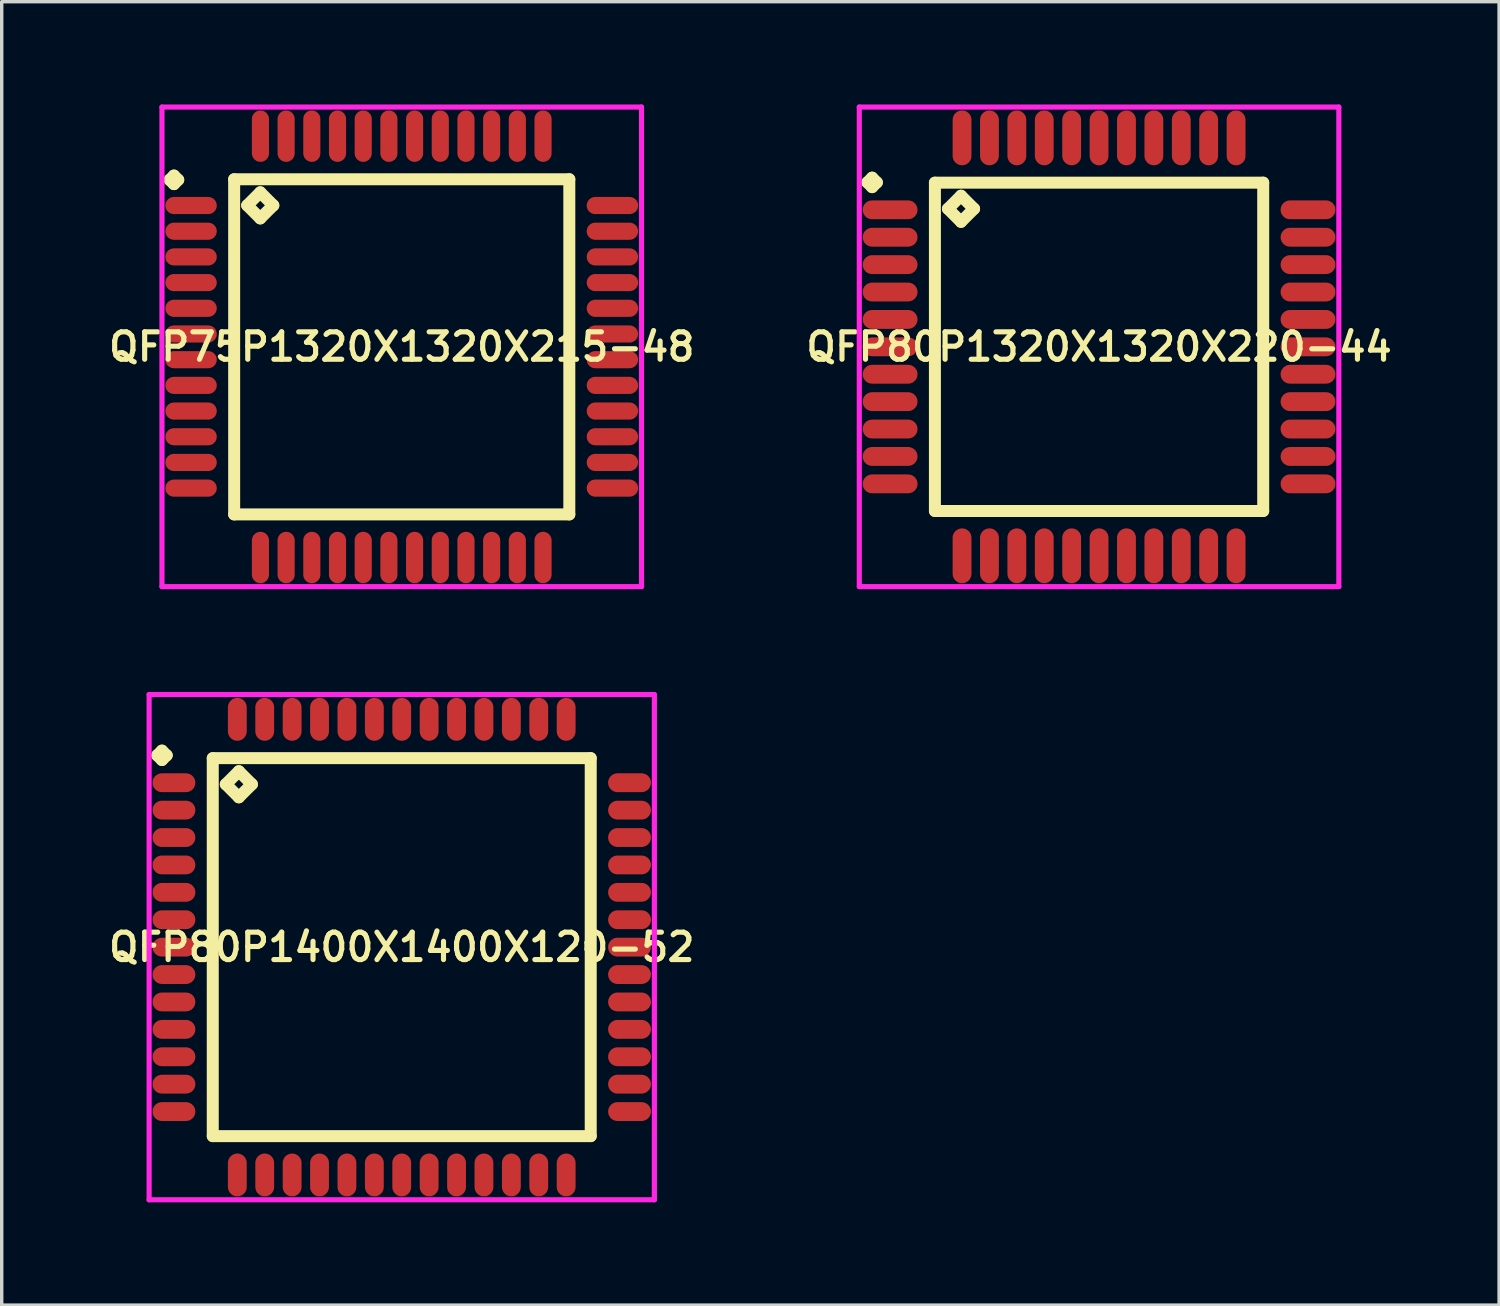
<source format=kicad_pcb>
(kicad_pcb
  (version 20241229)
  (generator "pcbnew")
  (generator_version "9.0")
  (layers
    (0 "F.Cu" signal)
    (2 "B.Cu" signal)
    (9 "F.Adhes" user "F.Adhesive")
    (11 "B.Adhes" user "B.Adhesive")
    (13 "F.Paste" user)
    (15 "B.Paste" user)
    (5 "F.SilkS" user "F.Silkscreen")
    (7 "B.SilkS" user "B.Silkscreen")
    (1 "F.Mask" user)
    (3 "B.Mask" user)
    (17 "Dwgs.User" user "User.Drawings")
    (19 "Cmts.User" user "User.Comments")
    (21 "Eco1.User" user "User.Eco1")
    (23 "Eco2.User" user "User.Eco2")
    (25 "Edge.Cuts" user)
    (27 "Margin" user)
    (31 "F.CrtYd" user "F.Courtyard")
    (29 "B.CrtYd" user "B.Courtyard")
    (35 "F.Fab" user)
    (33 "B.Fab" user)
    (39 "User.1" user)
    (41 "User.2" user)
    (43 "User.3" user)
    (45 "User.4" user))
  (footprint "QFP80P1400X1400X120-52"
    (layer "F.Cu")
    (at 8.678 24.6)
    (property "Reference" "QFP80P1400X1400X120-52" (at 0 0 0) (layer "F.SilkS") (effects (font (size 0.8 0.8) (thickness 0.15))))
    (attr smd)
    (fp_line (start -7.138 -5.6) (end -7 -5.737) (stroke (width 0.35) (type solid)) (layer "F.SilkS"))
    (fp_line (start -7 -5.737) (end -6.862 -5.6) (stroke (width 0.35) (type solid)) (layer "F.SilkS"))
    (fp_line (start -7 -5.463) (end -7.138 -5.6) (stroke (width 0.35) (type solid)) (layer "F.SilkS"))
    (fp_line (start -6.862 -5.6) (end -7 -5.463) (stroke (width 0.35) (type solid)) (layer "F.SilkS"))
    (fp_line (start -5.517 -5.517) (end -5.517 5.517) (stroke (width 0.35) (type solid)) (layer "F.SilkS"))
    (fp_line (start -5.517 5.517) (end 5.517 5.517) (stroke (width 0.35) (type solid)) (layer "F.SilkS"))
    (fp_line (start -5.136 -4.755) (end -4.755 -5.136) (stroke (width 0.35) (type solid)) (layer "F.SilkS"))
    (fp_line (start -4.755 -5.136) (end -4.374 -4.755) (stroke (width 0.35) (type solid)) (layer "F.SilkS"))
    (fp_line (start -4.755 -4.374) (end -5.136 -4.755) (stroke (width 0.35) (type solid)) (layer "F.SilkS"))
    (fp_line (start -4.374 -4.755) (end -4.755 -4.374) (stroke (width 0.35) (type solid)) (layer "F.SilkS"))
    (fp_line (start 5.517 -5.517) (end -5.517 -5.517) (stroke (width 0.35) (type solid)) (layer "F.SilkS"))
    (fp_line (start 5.517 5.517) (end 5.517 -5.517) (stroke (width 0.35) (type solid)) (layer "F.SilkS"))
    (fp_line (start -7.375 -7.375) (end 7.375 -7.375) (stroke (width 0.15) (type solid)) (layer "F.CrtYd"))
    (fp_line (start -7.375 7.375) (end -7.375 -7.375) (stroke (width 0.15) (type solid)) (layer "F.CrtYd"))
    (fp_line (start 7.375 -7.375) (end 7.375 7.375) (stroke (width 0.15) (type solid)) (layer "F.CrtYd"))
    (fp_line (start 7.375 7.375) (end -7.375 7.375) (stroke (width 0.15) (type solid)) (layer "F.CrtYd"))
    (pad "1" smd oval (at -6.65 -4.8) (size 1.25 0.55) (layers "F.Cu" "F.Mask" "F.Paste"))
    (pad "2" smd oval (at -6.65 -4) (size 1.25 0.55) (layers "F.Cu" "F.Mask" "F.Paste"))
    (pad "3" smd oval (at -6.65 -3.2) (size 1.25 0.55) (layers "F.Cu" "F.Mask" "F.Paste"))
    (pad "4" smd oval (at -6.65 -2.4) (size 1.25 0.55) (layers "F.Cu" "F.Mask" "F.Paste"))
    (pad "5" smd oval (at -6.65 -1.6) (size 1.25 0.55) (layers "F.Cu" "F.Mask" "F.Paste"))
    (pad "6" smd oval (at -6.65 -0.8) (size 1.25 0.55) (layers "F.Cu" "F.Mask" "F.Paste"))
    (pad "7" smd oval (at -6.65 0) (size 1.25 0.55) (layers "F.Cu" "F.Mask" "F.Paste"))
    (pad "8" smd oval (at -6.65 0.8) (size 1.25 0.55) (layers "F.Cu" "F.Mask" "F.Paste"))
    (pad "9" smd oval (at -6.65 1.6) (size 1.25 0.55) (layers "F.Cu" "F.Mask" "F.Paste"))
    (pad "10" smd oval (at -6.65 2.4) (size 1.25 0.55) (layers "F.Cu" "F.Mask" "F.Paste"))
    (pad "11" smd oval (at -6.65 3.2) (size 1.25 0.55) (layers "F.Cu" "F.Mask" "F.Paste"))
    (pad "12" smd oval (at -6.65 4) (size 1.25 0.55) (layers "F.Cu" "F.Mask" "F.Paste"))
    (pad "13" smd oval (at -6.65 4.8) (size 1.25 0.55) (layers "F.Cu" "F.Mask" "F.Paste"))
    (pad "14" smd oval (at -4.8 6.65) (size 0.55 1.25) (layers "F.Cu" "F.Mask" "F.Paste"))
    (pad "15" smd oval (at -4 6.65) (size 0.55 1.25) (layers "F.Cu" "F.Mask" "F.Paste"))
    (pad "16" smd oval (at -3.2 6.65) (size 0.55 1.25) (layers "F.Cu" "F.Mask" "F.Paste"))
    (pad "17" smd oval (at -2.4 6.65) (size 0.55 1.25) (layers "F.Cu" "F.Mask" "F.Paste"))
    (pad "18" smd oval (at -1.6 6.65) (size 0.55 1.25) (layers "F.Cu" "F.Mask" "F.Paste"))
    (pad "19" smd oval (at -0.8 6.65) (size 0.55 1.25) (layers "F.Cu" "F.Mask" "F.Paste"))
    (pad "20" smd oval (at 0 6.65) (size 0.55 1.25) (layers "F.Cu" "F.Mask" "F.Paste"))
    (pad "21" smd oval (at 0.8 6.65) (size 0.55 1.25) (layers "F.Cu" "F.Mask" "F.Paste"))
    (pad "22" smd oval (at 1.6 6.65) (size 0.55 1.25) (layers "F.Cu" "F.Mask" "F.Paste"))
    (pad "23" smd oval (at 2.4 6.65) (size 0.55 1.25) (layers "F.Cu" "F.Mask" "F.Paste"))
    (pad "24" smd oval (at 3.2 6.65) (size 0.55 1.25) (layers "F.Cu" "F.Mask" "F.Paste"))
    (pad "25" smd oval (at 4 6.65) (size 0.55 1.25) (layers "F.Cu" "F.Mask" "F.Paste"))
    (pad "26" smd oval (at 4.8 6.65) (size 0.55 1.25) (layers "F.Cu" "F.Mask" "F.Paste"))
    (pad "27" smd oval (at 6.65 4.8) (size 1.25 0.55) (layers "F.Cu" "F.Mask" "F.Paste"))
    (pad "28" smd oval (at 6.65 4) (size 1.25 0.55) (layers "F.Cu" "F.Mask" "F.Paste"))
    (pad "29" smd oval (at 6.65 3.2) (size 1.25 0.55) (layers "F.Cu" "F.Mask" "F.Paste"))
    (pad "30" smd oval (at 6.65 2.4) (size 1.25 0.55) (layers "F.Cu" "F.Mask" "F.Paste"))
    (pad "31" smd oval (at 6.65 1.6) (size 1.25 0.55) (layers "F.Cu" "F.Mask" "F.Paste"))
    (pad "32" smd oval (at 6.65 0.8) (size 1.25 0.55) (layers "F.Cu" "F.Mask" "F.Paste"))
    (pad "33" smd oval (at 6.65 0) (size 1.25 0.55) (layers "F.Cu" "F.Mask" "F.Paste"))
    (pad "34" smd oval (at 6.65 -0.8) (size 1.25 0.55) (layers "F.Cu" "F.Mask" "F.Paste"))
    (pad "35" smd oval (at 6.65 -1.6) (size 1.25 0.55) (layers "F.Cu" "F.Mask" "F.Paste"))
    (pad "36" smd oval (at 6.65 -2.4) (size 1.25 0.55) (layers "F.Cu" "F.Mask" "F.Paste"))
    (pad "37" smd oval (at 6.65 -3.2) (size 1.25 0.55) (layers "F.Cu" "F.Mask" "F.Paste"))
    (pad "38" smd oval (at 6.65 -4) (size 1.25 0.55) (layers "F.Cu" "F.Mask" "F.Paste"))
    (pad "39" smd oval (at 6.65 -4.8) (size 1.25 0.55) (layers "F.Cu" "F.Mask" "F.Paste"))
    (pad "40" smd oval (at 4.8 -6.65) (size 0.55 1.25) (layers "F.Cu" "F.Mask" "F.Paste"))
    (pad "41" smd oval (at 4 -6.65) (size 0.55 1.25) (layers "F.Cu" "F.Mask" "F.Paste"))
    (pad "42" smd oval (at 3.2 -6.65) (size 0.55 1.25) (layers "F.Cu" "F.Mask" "F.Paste"))
    (pad "43" smd oval (at 2.4 -6.65) (size 0.55 1.25) (layers "F.Cu" "F.Mask" "F.Paste"))
    (pad "44" smd oval (at 1.6 -6.65) (size 0.55 1.25) (layers "F.Cu" "F.Mask" "F.Paste"))
    (pad "45" smd oval (at 0.8 -6.65) (size 0.55 1.25) (layers "F.Cu" "F.Mask" "F.Paste"))
    (pad "46" smd oval (at 0 -6.65) (size 0.55 1.25) (layers "F.Cu" "F.Mask" "F.Paste"))
    (pad "47" smd oval (at -0.8 -6.65) (size 0.55 1.25) (layers "F.Cu" "F.Mask" "F.Paste"))
    (pad "48" smd oval (at -1.6 -6.65) (size 0.55 1.25) (layers "F.Cu" "F.Mask" "F.Paste"))
    (pad "49" smd oval (at -2.4 -6.65) (size 0.55 1.25) (layers "F.Cu" "F.Mask" "F.Paste"))
    (pad "50" smd oval (at -3.2 -6.65) (size 0.55 1.25) (layers "F.Cu" "F.Mask" "F.Paste"))
    (pad "51" smd oval (at -4 -6.65) (size 0.55 1.25) (layers "F.Cu" "F.Mask" "F.Paste"))
    (pad "52" smd oval (at -4.8 -6.65) (size 0.55 1.25) (layers "F.Cu" "F.Mask" "F.Paste")))
  (footprint "QFP80P1320X1320X220-44"
    (layer "F.Cu")
    (at 29.035 7.075)
    (property "Reference" "QFP80P1320X1320X220-44" (at 0 0 0) (layer "F.SilkS") (effects (font (size 0.8 0.8) (thickness 0.15))))
    (attr smd)
    (fp_line (start -6.763 -4.8) (end -6.625 -4.938) (stroke (width 0.35) (type solid)) (layer "F.SilkS"))
    (fp_line (start -6.625 -4.938) (end -6.487 -4.8) (stroke (width 0.35) (type solid)) (layer "F.SilkS"))
    (fp_line (start -6.625 -4.662) (end -6.763 -4.8) (stroke (width 0.35) (type solid)) (layer "F.SilkS"))
    (fp_line (start -6.487 -4.8) (end -6.625 -4.662) (stroke (width 0.35) (type solid)) (layer "F.SilkS"))
    (fp_line (start -4.792 -4.792) (end -4.792 4.792) (stroke (width 0.35) (type solid)) (layer "F.SilkS"))
    (fp_line (start -4.792 4.792) (end 4.792 4.792) (stroke (width 0.35) (type solid)) (layer "F.SilkS"))
    (fp_line (start -4.411 -4.03) (end -4.03 -4.411) (stroke (width 0.35) (type solid)) (layer "F.SilkS"))
    (fp_line (start -4.03 -4.411) (end -3.649 -4.03) (stroke (width 0.35) (type solid)) (layer "F.SilkS"))
    (fp_line (start -4.03 -3.649) (end -4.411 -4.03) (stroke (width 0.35) (type solid)) (layer "F.SilkS"))
    (fp_line (start -3.649 -4.03) (end -4.03 -3.649) (stroke (width 0.35) (type solid)) (layer "F.SilkS"))
    (fp_line (start 4.792 -4.792) (end -4.792 -4.792) (stroke (width 0.35) (type solid)) (layer "F.SilkS"))
    (fp_line (start 4.792 4.792) (end 4.792 -4.792) (stroke (width 0.35) (type solid)) (layer "F.SilkS"))
    (fp_line (start -7 -7) (end 7 -7) (stroke (width 0.15) (type solid)) (layer "F.CrtYd"))
    (fp_line (start -7 7) (end -7 -7) (stroke (width 0.15) (type solid)) (layer "F.CrtYd"))
    (fp_line (start 7 -7) (end 7 7) (stroke (width 0.15) (type solid)) (layer "F.CrtYd"))
    (fp_line (start 7 7) (end -7 7) (stroke (width 0.15) (type solid)) (layer "F.CrtYd"))
    (pad "1" smd oval (at -6.1 -4) (size 1.6 0.55) (layers "F.Cu" "F.Mask" "F.Paste"))
    (pad "2" smd oval (at -6.1 -3.2) (size 1.6 0.55) (layers "F.Cu" "F.Mask" "F.Paste"))
    (pad "3" smd oval (at -6.1 -2.4) (size 1.6 0.55) (layers "F.Cu" "F.Mask" "F.Paste"))
    (pad "4" smd oval (at -6.1 -1.6) (size 1.6 0.55) (layers "F.Cu" "F.Mask" "F.Paste"))
    (pad "5" smd oval (at -6.1 -0.8) (size 1.6 0.55) (layers "F.Cu" "F.Mask" "F.Paste"))
    (pad "6" smd oval (at -6.1 0) (size 1.6 0.55) (layers "F.Cu" "F.Mask" "F.Paste"))
    (pad "7" smd oval (at -6.1 0.8) (size 1.6 0.55) (layers "F.Cu" "F.Mask" "F.Paste"))
    (pad "8" smd oval (at -6.1 1.6) (size 1.6 0.55) (layers "F.Cu" "F.Mask" "F.Paste"))
    (pad "9" smd oval (at -6.1 2.4) (size 1.6 0.55) (layers "F.Cu" "F.Mask" "F.Paste"))
    (pad "10" smd oval (at -6.1 3.2) (size 1.6 0.55) (layers "F.Cu" "F.Mask" "F.Paste"))
    (pad "11" smd oval (at -6.1 4) (size 1.6 0.55) (layers "F.Cu" "F.Mask" "F.Paste"))
    (pad "12" smd oval (at -4 6.1) (size 0.55 1.6) (layers "F.Cu" "F.Mask" "F.Paste"))
    (pad "13" smd oval (at -3.2 6.1) (size 0.55 1.6) (layers "F.Cu" "F.Mask" "F.Paste"))
    (pad "14" smd oval (at -2.4 6.1) (size 0.55 1.6) (layers "F.Cu" "F.Mask" "F.Paste"))
    (pad "15" smd oval (at -1.6 6.1) (size 0.55 1.6) (layers "F.Cu" "F.Mask" "F.Paste"))
    (pad "16" smd oval (at -0.8 6.1) (size 0.55 1.6) (layers "F.Cu" "F.Mask" "F.Paste"))
    (pad "17" smd oval (at 0 6.1) (size 0.55 1.6) (layers "F.Cu" "F.Mask" "F.Paste"))
    (pad "18" smd oval (at 0.8 6.1) (size 0.55 1.6) (layers "F.Cu" "F.Mask" "F.Paste"))
    (pad "19" smd oval (at 1.6 6.1) (size 0.55 1.6) (layers "F.Cu" "F.Mask" "F.Paste"))
    (pad "20" smd oval (at 2.4 6.1) (size 0.55 1.6) (layers "F.Cu" "F.Mask" "F.Paste"))
    (pad "21" smd oval (at 3.2 6.1) (size 0.55 1.6) (layers "F.Cu" "F.Mask" "F.Paste"))
    (pad "22" smd oval (at 4 6.1) (size 0.55 1.6) (layers "F.Cu" "F.Mask" "F.Paste"))
    (pad "23" smd oval (at 6.1 4) (size 1.6 0.55) (layers "F.Cu" "F.Mask" "F.Paste"))
    (pad "24" smd oval (at 6.1 3.2) (size 1.6 0.55) (layers "F.Cu" "F.Mask" "F.Paste"))
    (pad "25" smd oval (at 6.1 2.4) (size 1.6 0.55) (layers "F.Cu" "F.Mask" "F.Paste"))
    (pad "26" smd oval (at 6.1 1.6) (size 1.6 0.55) (layers "F.Cu" "F.Mask" "F.Paste"))
    (pad "27" smd oval (at 6.1 0.8) (size 1.6 0.55) (layers "F.Cu" "F.Mask" "F.Paste"))
    (pad "28" smd oval (at 6.1 0) (size 1.6 0.55) (layers "F.Cu" "F.Mask" "F.Paste"))
    (pad "29" smd oval (at 6.1 -0.8) (size 1.6 0.55) (layers "F.Cu" "F.Mask" "F.Paste"))
    (pad "30" smd oval (at 6.1 -1.6) (size 1.6 0.55) (layers "F.Cu" "F.Mask" "F.Paste"))
    (pad "31" smd oval (at 6.1 -2.4) (size 1.6 0.55) (layers "F.Cu" "F.Mask" "F.Paste"))
    (pad "32" smd oval (at 6.1 -3.2) (size 1.6 0.55) (layers "F.Cu" "F.Mask" "F.Paste"))
    (pad "33" smd oval (at 6.1 -4) (size 1.6 0.55) (layers "F.Cu" "F.Mask" "F.Paste"))
    (pad "34" smd oval (at 4 -6.1) (size 0.55 1.6) (layers "F.Cu" "F.Mask" "F.Paste"))
    (pad "35" smd oval (at 3.2 -6.1) (size 0.55 1.6) (layers "F.Cu" "F.Mask" "F.Paste"))
    (pad "36" smd oval (at 2.4 -6.1) (size 0.55 1.6) (layers "F.Cu" "F.Mask" "F.Paste"))
    (pad "37" smd oval (at 1.6 -6.1) (size 0.55 1.6) (layers "F.Cu" "F.Mask" "F.Paste"))
    (pad "38" smd oval (at 0.8 -6.1) (size 0.55 1.6) (layers "F.Cu" "F.Mask" "F.Paste"))
    (pad "39" smd oval (at 0 -6.1) (size 0.55 1.6) (layers "F.Cu" "F.Mask" "F.Paste"))
    (pad "40" smd oval (at -0.8 -6.1) (size 0.55 1.6) (layers "F.Cu" "F.Mask" "F.Paste"))
    (pad "41" smd oval (at -1.6 -6.1) (size 0.55 1.6) (layers "F.Cu" "F.Mask" "F.Paste"))
    (pad "42" smd oval (at -2.4 -6.1) (size 0.55 1.6) (layers "F.Cu" "F.Mask" "F.Paste"))
    (pad "43" smd oval (at -3.2 -6.1) (size 0.55 1.6) (layers "F.Cu" "F.Mask" "F.Paste"))
    (pad "44" smd oval (at -4 -6.1) (size 0.55 1.6) (layers "F.Cu" "F.Mask" "F.Paste")))
  (footprint "QFP75P1320X1320X215-48"
    (layer "F.Cu")
    (at 8.678 7.075)
    (property "Reference" "QFP75P1320X1320X215-48" (at 0 0 0) (layer "F.SilkS") (effects (font (size 0.8 0.8) (thickness 0.15))))
    (attr smd)
    (fp_line (start -6.775 -4.875) (end -6.65 -5) (stroke (width 0.35) (type solid)) (layer "F.SilkS"))
    (fp_line (start -6.65 -5) (end -6.525 -4.875) (stroke (width 0.35) (type solid)) (layer "F.SilkS"))
    (fp_line (start -6.65 -4.75) (end -6.775 -4.875) (stroke (width 0.35) (type solid)) (layer "F.SilkS"))
    (fp_line (start -6.525 -4.875) (end -6.65 -4.75) (stroke (width 0.35) (type solid)) (layer "F.SilkS"))
    (fp_line (start -4.892 -4.892) (end -4.892 4.892) (stroke (width 0.35) (type solid)) (layer "F.SilkS"))
    (fp_line (start -4.892 4.892) (end 4.892 4.892) (stroke (width 0.35) (type solid)) (layer "F.SilkS"))
    (fp_line (start -4.511 -4.13) (end -4.13 -4.511) (stroke (width 0.35) (type solid)) (layer "F.SilkS"))
    (fp_line (start -4.13 -4.511) (end -3.749 -4.13) (stroke (width 0.35) (type solid)) (layer "F.SilkS"))
    (fp_line (start -4.13 -3.749) (end -4.511 -4.13) (stroke (width 0.35) (type solid)) (layer "F.SilkS"))
    (fp_line (start -3.749 -4.13) (end -4.13 -3.749) (stroke (width 0.35) (type solid)) (layer "F.SilkS"))
    (fp_line (start 4.892 -4.892) (end -4.892 -4.892) (stroke (width 0.35) (type solid)) (layer "F.SilkS"))
    (fp_line (start 4.892 4.892) (end 4.892 -4.892) (stroke (width 0.35) (type solid)) (layer "F.SilkS"))
    (fp_line (start -7 -7) (end 7 -7) (stroke (width 0.15) (type solid)) (layer "F.CrtYd"))
    (fp_line (start -7 7) (end -7 -7) (stroke (width 0.15) (type solid)) (layer "F.CrtYd"))
    (fp_line (start 7 -7) (end 7 7) (stroke (width 0.15) (type solid)) (layer "F.CrtYd"))
    (fp_line (start 7 7) (end -7 7) (stroke (width 0.15) (type solid)) (layer "F.CrtYd"))
    (pad "1" smd oval (at -6.15 -4.125) (size 1.5 0.5) (layers "F.Cu" "F.Mask" "F.Paste"))
    (pad "2" smd oval (at -6.15 -3.375) (size 1.5 0.5) (layers "F.Cu" "F.Mask" "F.Paste"))
    (pad "3" smd oval (at -6.15 -2.625) (size 1.5 0.5) (layers "F.Cu" "F.Mask" "F.Paste"))
    (pad "4" smd oval (at -6.15 -1.875) (size 1.5 0.5) (layers "F.Cu" "F.Mask" "F.Paste"))
    (pad "5" smd oval (at -6.15 -1.125) (size 1.5 0.5) (layers "F.Cu" "F.Mask" "F.Paste"))
    (pad "6" smd oval (at -6.15 -0.375) (size 1.5 0.5) (layers "F.Cu" "F.Mask" "F.Paste"))
    (pad "7" smd oval (at -6.15 0.375) (size 1.5 0.5) (layers "F.Cu" "F.Mask" "F.Paste"))
    (pad "8" smd oval (at -6.15 1.125) (size 1.5 0.5) (layers "F.Cu" "F.Mask" "F.Paste"))
    (pad "9" smd oval (at -6.15 1.875) (size 1.5 0.5) (layers "F.Cu" "F.Mask" "F.Paste"))
    (pad "10" smd oval (at -6.15 2.625) (size 1.5 0.5) (layers "F.Cu" "F.Mask" "F.Paste"))
    (pad "11" smd oval (at -6.15 3.375) (size 1.5 0.5) (layers "F.Cu" "F.Mask" "F.Paste"))
    (pad "12" smd oval (at -6.15 4.125) (size 1.5 0.5) (layers "F.Cu" "F.Mask" "F.Paste"))
    (pad "13" smd oval (at -4.125 6.15) (size 0.5 1.5) (layers "F.Cu" "F.Mask" "F.Paste"))
    (pad "14" smd oval (at -3.375 6.15) (size 0.5 1.5) (layers "F.Cu" "F.Mask" "F.Paste"))
    (pad "15" smd oval (at -2.625 6.15) (size 0.5 1.5) (layers "F.Cu" "F.Mask" "F.Paste"))
    (pad "16" smd oval (at -1.875 6.15) (size 0.5 1.5) (layers "F.Cu" "F.Mask" "F.Paste"))
    (pad "17" smd oval (at -1.125 6.15) (size 0.5 1.5) (layers "F.Cu" "F.Mask" "F.Paste"))
    (pad "18" smd oval (at -0.375 6.15) (size 0.5 1.5) (layers "F.Cu" "F.Mask" "F.Paste"))
    (pad "19" smd oval (at 0.375 6.15) (size 0.5 1.5) (layers "F.Cu" "F.Mask" "F.Paste"))
    (pad "20" smd oval (at 1.125 6.15) (size 0.5 1.5) (layers "F.Cu" "F.Mask" "F.Paste"))
    (pad "21" smd oval (at 1.875 6.15) (size 0.5 1.5) (layers "F.Cu" "F.Mask" "F.Paste"))
    (pad "22" smd oval (at 2.625 6.15) (size 0.5 1.5) (layers "F.Cu" "F.Mask" "F.Paste"))
    (pad "23" smd oval (at 3.375 6.15) (size 0.5 1.5) (layers "F.Cu" "F.Mask" "F.Paste"))
    (pad "24" smd oval (at 4.125 6.15) (size 0.5 1.5) (layers "F.Cu" "F.Mask" "F.Paste"))
    (pad "25" smd oval (at 6.15 4.125) (size 1.5 0.5) (layers "F.Cu" "F.Mask" "F.Paste"))
    (pad "26" smd oval (at 6.15 3.375) (size 1.5 0.5) (layers "F.Cu" "F.Mask" "F.Paste"))
    (pad "27" smd oval (at 6.15 2.625) (size 1.5 0.5) (layers "F.Cu" "F.Mask" "F.Paste"))
    (pad "28" smd oval (at 6.15 1.875) (size 1.5 0.5) (layers "F.Cu" "F.Mask" "F.Paste"))
    (pad "29" smd oval (at 6.15 1.125) (size 1.5 0.5) (layers "F.Cu" "F.Mask" "F.Paste"))
    (pad "30" smd oval (at 6.15 0.375) (size 1.5 0.5) (layers "F.Cu" "F.Mask" "F.Paste"))
    (pad "31" smd oval (at 6.15 -0.375) (size 1.5 0.5) (layers "F.Cu" "F.Mask" "F.Paste"))
    (pad "32" smd oval (at 6.15 -1.125) (size 1.5 0.5) (layers "F.Cu" "F.Mask" "F.Paste"))
    (pad "33" smd oval (at 6.15 -1.875) (size 1.5 0.5) (layers "F.Cu" "F.Mask" "F.Paste"))
    (pad "34" smd oval (at 6.15 -2.625) (size 1.5 0.5) (layers "F.Cu" "F.Mask" "F.Paste"))
    (pad "35" smd oval (at 6.15 -3.375) (size 1.5 0.5) (layers "F.Cu" "F.Mask" "F.Paste"))
    (pad "36" smd oval (at 6.15 -4.125) (size 1.5 0.5) (layers "F.Cu" "F.Mask" "F.Paste"))
    (pad "37" smd oval (at 4.125 -6.15) (size 0.5 1.5) (layers "F.Cu" "F.Mask" "F.Paste"))
    (pad "38" smd oval (at 3.375 -6.15) (size 0.5 1.5) (layers "F.Cu" "F.Mask" "F.Paste"))
    (pad "39" smd oval (at 2.625 -6.15) (size 0.5 1.5) (layers "F.Cu" "F.Mask" "F.Paste"))
    (pad "40" smd oval (at 1.875 -6.15) (size 0.5 1.5) (layers "F.Cu" "F.Mask" "F.Paste"))
    (pad "41" smd oval (at 1.125 -6.15) (size 0.5 1.5) (layers "F.Cu" "F.Mask" "F.Paste"))
    (pad "42" smd oval (at 0.375 -6.15) (size 0.5 1.5) (layers "F.Cu" "F.Mask" "F.Paste"))
    (pad "43" smd oval (at -0.375 -6.15) (size 0.5 1.5) (layers "F.Cu" "F.Mask" "F.Paste"))
    (pad "44" smd oval (at -1.125 -6.15) (size 0.5 1.5) (layers "F.Cu" "F.Mask" "F.Paste"))
    (pad "45" smd oval (at -1.875 -6.15) (size 0.5 1.5) (layers "F.Cu" "F.Mask" "F.Paste"))
    (pad "46" smd oval (at -2.625 -6.15) (size 0.5 1.5) (layers "F.Cu" "F.Mask" "F.Paste"))
    (pad "47" smd oval (at -3.375 -6.15) (size 0.5 1.5) (layers "F.Cu" "F.Mask" "F.Paste"))
    (pad "48" smd oval (at -4.125 -6.15) (size 0.5 1.5) (layers "F.Cu" "F.Mask" "F.Paste")))
  (gr_rect
    (start -3 -3)
    (end 40.713 35.05)
    (stroke (width 0.1) (type default))
    (fill no)
    (layer "Edge.Cuts")))
</source>
